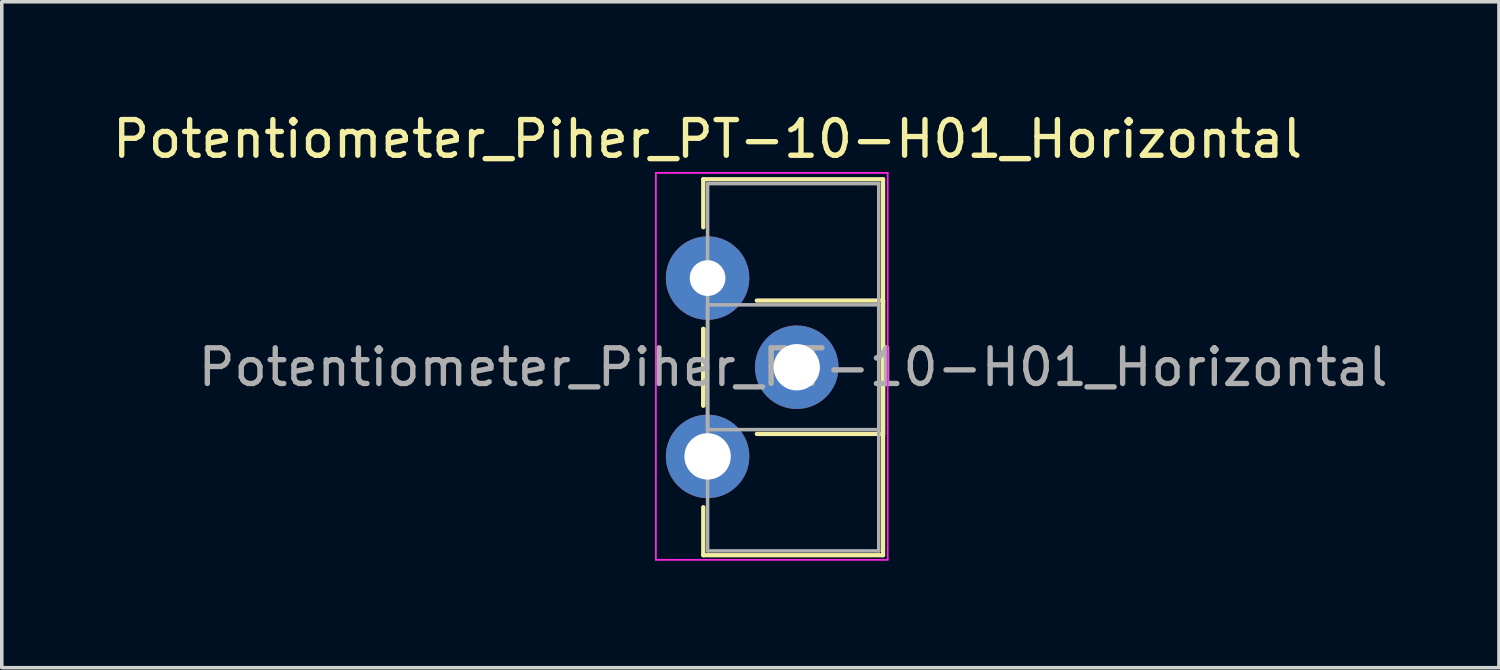
<source format=kicad_pcb>
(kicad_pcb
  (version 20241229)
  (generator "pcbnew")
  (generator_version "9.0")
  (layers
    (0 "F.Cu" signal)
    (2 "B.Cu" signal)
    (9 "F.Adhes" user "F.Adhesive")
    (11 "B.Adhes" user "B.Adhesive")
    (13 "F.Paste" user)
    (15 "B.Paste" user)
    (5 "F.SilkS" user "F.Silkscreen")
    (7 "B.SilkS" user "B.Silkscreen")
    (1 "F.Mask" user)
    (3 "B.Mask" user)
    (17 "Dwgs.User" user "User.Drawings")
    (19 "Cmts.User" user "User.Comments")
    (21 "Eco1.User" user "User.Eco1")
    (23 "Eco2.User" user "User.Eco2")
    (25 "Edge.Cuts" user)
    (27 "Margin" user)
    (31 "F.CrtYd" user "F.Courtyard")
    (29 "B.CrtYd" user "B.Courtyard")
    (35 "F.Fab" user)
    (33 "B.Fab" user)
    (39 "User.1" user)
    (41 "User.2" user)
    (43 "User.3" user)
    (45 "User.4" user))
  (footprint "Potentiometer_Piher_PT-10-H01_Horizontal"
    (layer "F.Cu")
    (at 16.792 4.748)
    (property "Reference" "Potentiometer_Piher_PT-10-H01_Horizontal" (at 0 -3.9 0) (layer "F.SilkS") (effects (font (size 1 1) (thickness 0.15))))
    (attr through_hole)
    (fp_line (start -0.121 -2.771) (end -0.121 -1.426) (stroke (width 0.12) (type solid)) (layer "F.SilkS"))
    (fp_line (start -0.121 -2.771) (end 4.92 -2.771) (stroke (width 0.12) (type solid)) (layer "F.SilkS"))
    (fp_line (start -0.121 1.426) (end -0.121 3.575) (stroke (width 0.12) (type solid)) (layer "F.SilkS"))
    (fp_line (start -0.121 1.426) (end -0.121 3.575) (stroke (width 0.12) (type solid)) (layer "F.SilkS"))
    (fp_line (start -0.121 6.425) (end -0.121 7.77) (stroke (width 0.12) (type solid)) (layer "F.SilkS"))
    (fp_line (start -0.121 7.77) (end 4.92 7.77) (stroke (width 0.12) (type solid)) (layer "F.SilkS"))
    (fp_line (start 1.381 0.63) (end 4.92 0.63) (stroke (width 0.12) (type solid)) (layer "F.SilkS"))
    (fp_line (start 1.381 4.37) (end 4.92 4.37) (stroke (width 0.12) (type solid)) (layer "F.SilkS"))
    (fp_line (start 4.92 -2.771) (end 4.92 7.77) (stroke (width 0.12) (type solid)) (layer "F.SilkS"))
    (fp_line (start 4.92 0.63) (end 4.92 4.37) (stroke (width 0.12) (type solid)) (layer "F.SilkS"))
    (fp_line (start -1.45 -2.95) (end -1.45 7.9) (stroke (width 0.05) (type solid)) (layer "F.CrtYd"))
    (fp_line (start -1.45 7.9) (end 5.05 7.9) (stroke (width 0.05) (type solid)) (layer "F.CrtYd"))
    (fp_line (start 5.05 -2.95) (end -1.45 -2.95) (stroke (width 0.05) (type solid)) (layer "F.CrtYd"))
    (fp_line (start 5.05 7.9) (end 5.05 -2.95) (stroke (width 0.05) (type solid)) (layer "F.CrtYd"))
    (fp_line (start 0 -2.65) (end 4.8 -2.65) (stroke (width 0.1) (type solid)) (layer "F.Fab"))
    (fp_line (start 0 0.75) (end 0 4.25) (stroke (width 0.1) (type solid)) (layer "F.Fab"))
    (fp_line (start 0 4.25) (end 4.8 4.25) (stroke (width 0.1) (type solid)) (layer "F.Fab"))
    (fp_line (start 0 7.65) (end 0 -2.65) (stroke (width 0.1) (type solid)) (layer "F.Fab"))
    (fp_line (start 4.8 -2.65) (end 4.8 7.65) (stroke (width 0.1) (type solid)) (layer "F.Fab"))
    (fp_line (start 4.8 0.75) (end 0 0.75) (stroke (width 0.1) (type solid)) (layer "F.Fab"))
    (fp_line (start 4.8 4.25) (end 4.8 0.75) (stroke (width 0.1) (type solid)) (layer "F.Fab"))
    (fp_line (start 4.8 7.65) (end 0 7.65) (stroke (width 0.1) (type solid)) (layer "F.Fab"))
    (fp_text user "${REFERENCE}" (at 2.4 2.5 0) (layer "F.Fab") (effects (font (size 1 1) (thickness 0.15))))
    (pad "1" thru_hole circle (at 0 0) (size 2.34 2.34) (drill 1) (layers "*.Cu" "*.Mask"))
    (pad "2" thru_hole circle (at 2.5 2.5) (size 2.34 2.34) (drill 1.3) (layers "*.Cu" "*.Mask"))
    (pad "3" thru_hole circle (at 0 5) (size 2.34 2.34) (drill 1.3) (layers "*.Cu" "*.Mask")))
  (gr_rect
    (start -3 -3)
    (end 38.983 15.673)
    (stroke (width 0.1) (type default))
    (fill no)
    (layer "Edge.Cuts")))
</source>
